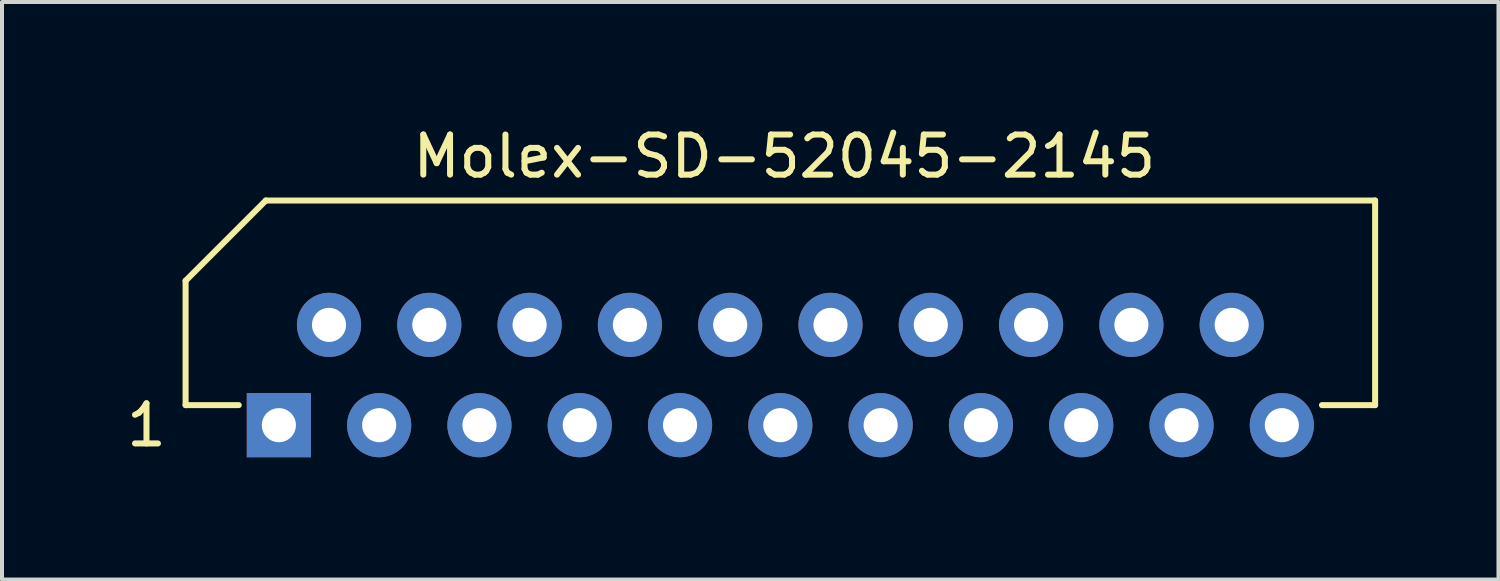
<source format=kicad_pcb>
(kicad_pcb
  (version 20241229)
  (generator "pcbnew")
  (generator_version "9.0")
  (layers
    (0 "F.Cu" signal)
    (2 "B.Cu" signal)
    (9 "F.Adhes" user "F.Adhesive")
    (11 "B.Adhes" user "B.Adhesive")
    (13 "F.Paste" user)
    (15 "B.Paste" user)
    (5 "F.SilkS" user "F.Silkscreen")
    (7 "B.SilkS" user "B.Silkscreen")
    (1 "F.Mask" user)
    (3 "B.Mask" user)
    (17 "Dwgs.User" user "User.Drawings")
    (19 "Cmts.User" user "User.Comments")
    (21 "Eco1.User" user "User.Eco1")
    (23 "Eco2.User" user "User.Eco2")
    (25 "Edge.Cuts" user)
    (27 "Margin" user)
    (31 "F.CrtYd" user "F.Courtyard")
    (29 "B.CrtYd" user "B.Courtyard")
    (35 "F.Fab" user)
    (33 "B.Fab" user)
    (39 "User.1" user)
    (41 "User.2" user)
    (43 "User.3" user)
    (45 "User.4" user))
  (footprint "Molex-SD-52045-2145"
    (layer "F.Cu")
    (at 3.901 7.548)
    (property "Reference" "Molex-SD-52045-2145" (at 12.6 -6.7 0) (layer "F.SilkS") (effects (font (size 1 1) (thickness 0.15))))
    (attr through_hole)
    (fp_line (start -2.325 -0.5) (end -2.325 -3.6) (stroke (width 0.15) (type solid)) (layer "F.SilkS"))
    (fp_line (start -2.325 -0.5) (end -1 -0.5) (stroke (width 0.15) (type solid)) (layer "F.SilkS"))
    (fp_line (start -0.325 -5.6) (end -2.325 -3.6) (stroke (width 0.15) (type solid)) (layer "F.SilkS"))
    (fp_line (start -0.325 -5.6) (end 27.325 -5.6) (stroke (width 0.15) (type solid)) (layer "F.SilkS"))
    (fp_line (start 27.325 -5.6) (end 27.325 -0.5) (stroke (width 0.15) (type solid)) (layer "F.SilkS"))
    (fp_line (start 27.325 -0.5) (end 26 -0.5) (stroke (width 0.15) (type solid)) (layer "F.SilkS"))
    (fp_text user "1" (at -3.3 0 0) (layer "F.SilkS") (effects (font (size 1 1) (thickness 0.15))))
    (pad "1" thru_hole rect (at 0 0) (size 1.6 1.6) (drill 0.85) (layers "*.Cu" "*.Mask"))
    (pad "2" thru_hole circle (at 1.25 -2.5) (size 1.6 1.6) (drill 0.85) (layers "*.Cu" "*.Mask"))
    (pad "3" thru_hole circle (at 2.5 0) (size 1.6 1.6) (drill 0.85) (layers "*.Cu" "*.Mask"))
    (pad "4" thru_hole circle (at 3.75 -2.5) (size 1.6 1.6) (drill 0.85) (layers "*.Cu" "*.Mask"))
    (pad "5" thru_hole circle (at 5 0) (size 1.6 1.6) (drill 0.85) (layers "*.Cu" "*.Mask"))
    (pad "6" thru_hole circle (at 6.25 -2.5) (size 1.6 1.6) (drill 0.85) (layers "*.Cu" "*.Mask"))
    (pad "7" thru_hole circle (at 7.5 0) (size 1.6 1.6) (drill 0.85) (layers "*.Cu" "*.Mask"))
    (pad "8" thru_hole circle (at 8.75 -2.5) (size 1.6 1.6) (drill 0.85) (layers "*.Cu" "*.Mask"))
    (pad "9" thru_hole circle (at 10 0) (size 1.6 1.6) (drill 0.85) (layers "*.Cu" "*.Mask"))
    (pad "10" thru_hole circle (at 11.25 -2.5) (size 1.6 1.6) (drill 0.85) (layers "*.Cu" "*.Mask"))
    (pad "11" thru_hole circle (at 12.5 0) (size 1.6 1.6) (drill 0.85) (layers "*.Cu" "*.Mask"))
    (pad "12" thru_hole circle (at 13.75 -2.5) (size 1.6 1.6) (drill 0.85) (layers "*.Cu" "*.Mask"))
    (pad "13" thru_hole circle (at 15 0) (size 1.6 1.6) (drill 0.85) (layers "*.Cu" "*.Mask"))
    (pad "14" thru_hole circle (at 16.25 -2.5) (size 1.6 1.6) (drill 0.85) (layers "*.Cu" "*.Mask"))
    (pad "15" thru_hole circle (at 17.5 0) (size 1.6 1.6) (drill 0.85) (layers "*.Cu" "*.Mask"))
    (pad "16" thru_hole circle (at 18.75 -2.5) (size 1.6 1.6) (drill 0.85) (layers "*.Cu" "*.Mask"))
    (pad "17" thru_hole circle (at 20 0) (size 1.6 1.6) (drill 0.85) (layers "*.Cu" "*.Mask"))
    (pad "18" thru_hole circle (at 21.25 -2.5) (size 1.6 1.6) (drill 0.85) (layers "*.Cu" "*.Mask"))
    (pad "19" thru_hole circle (at 22.5 0) (size 1.6 1.6) (drill 0.85) (layers "*.Cu" "*.Mask"))
    (pad "20" thru_hole circle (at 23.75 -2.5) (size 1.6 1.6) (drill 0.85) (layers "*.Cu" "*.Mask"))
    (pad "21" thru_hole circle (at 25 0) (size 1.6 1.6) (drill 0.85) (layers "*.Cu" "*.Mask")))
  (gr_rect
    (start -3 -3)
    (end 34.301 11.396)
    (stroke (width 0.1) (type default))
    (fill no)
    (layer "Edge.Cuts")))
</source>
